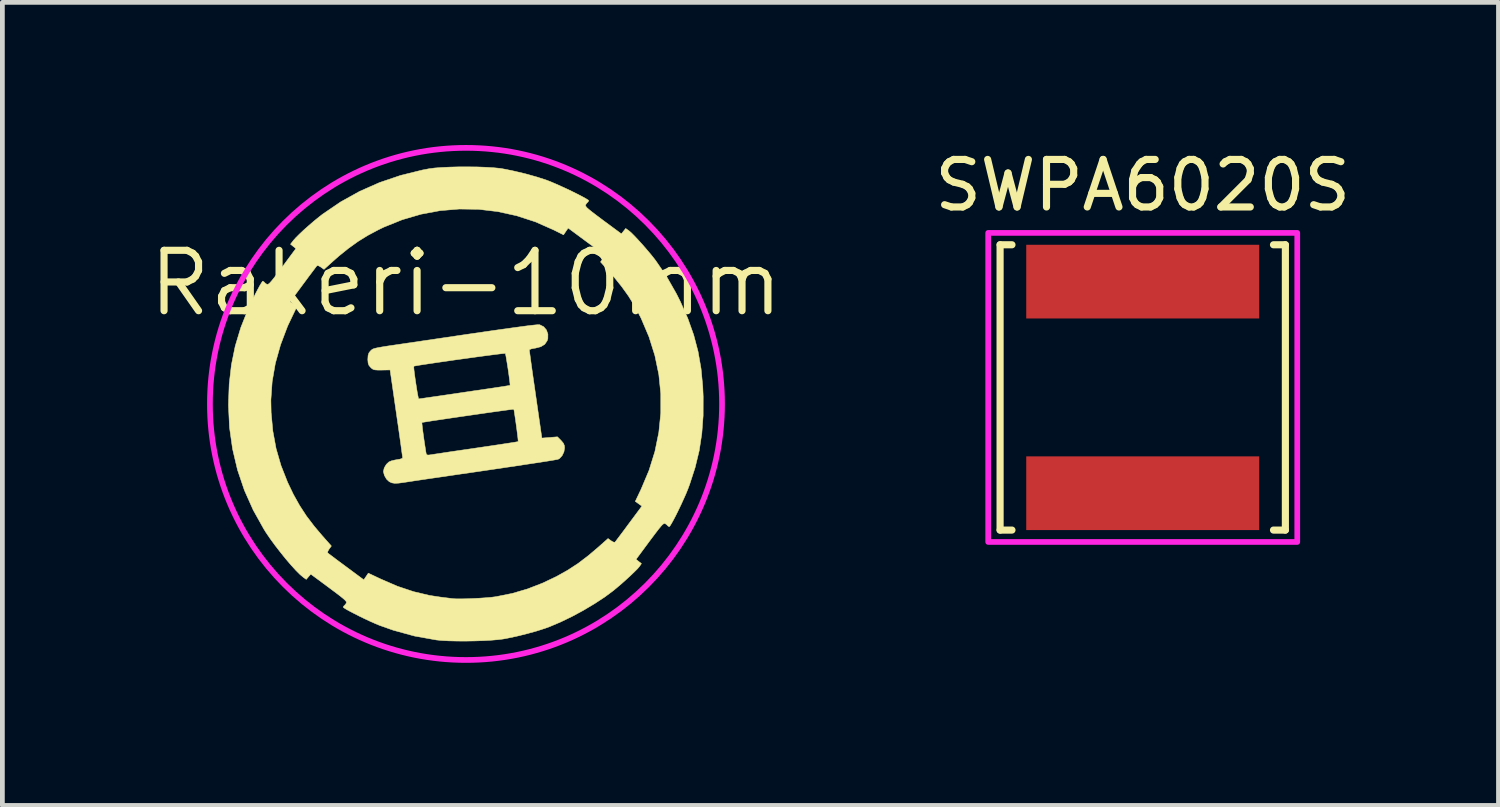
<source format=kicad_pcb>
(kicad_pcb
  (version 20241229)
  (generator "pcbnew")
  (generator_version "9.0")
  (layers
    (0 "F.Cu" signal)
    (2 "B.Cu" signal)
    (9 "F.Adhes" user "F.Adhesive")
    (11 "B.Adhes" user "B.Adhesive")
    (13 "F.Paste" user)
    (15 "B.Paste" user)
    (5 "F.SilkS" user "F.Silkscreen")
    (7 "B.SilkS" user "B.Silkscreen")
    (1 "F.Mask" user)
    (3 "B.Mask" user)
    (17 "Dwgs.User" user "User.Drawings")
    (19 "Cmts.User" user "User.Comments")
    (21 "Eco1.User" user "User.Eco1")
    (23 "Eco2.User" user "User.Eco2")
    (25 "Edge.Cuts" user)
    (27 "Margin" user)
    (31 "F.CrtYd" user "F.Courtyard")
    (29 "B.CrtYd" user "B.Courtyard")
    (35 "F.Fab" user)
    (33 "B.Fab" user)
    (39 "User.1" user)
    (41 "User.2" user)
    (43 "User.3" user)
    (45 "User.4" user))
  (footprint "SWPA6020S"
    (layer "F.Cu")
    (at 20.983 5.098)
    (property "Reference" "SWPA6020S" (at 0 -4.25 0) (unlocked yes) (layer "F.SilkS") (effects (font (size 1 1) (thickness 0.15))))
    (attr smd)
    (fp_line (start -3 -3) (end -3 3) (stroke (width 0.15) (type solid)) (layer "F.SilkS"))
    (fp_line (start -3 -3) (end -2.75 -3) (stroke (width 0.15) (type solid)) (layer "F.SilkS"))
    (fp_line (start -3 3) (end -2.75 3) (stroke (width 0.15) (type solid)) (layer "F.SilkS"))
    (fp_line (start 3 -3) (end 2.75 -3) (stroke (width 0.15) (type solid)) (layer "F.SilkS"))
    (fp_line (start 3 3) (end 2.75 3) (stroke (width 0.15) (type solid)) (layer "F.SilkS"))
    (fp_line (start 3 3) (end 3 -3) (stroke (width 0.15) (type solid)) (layer "F.SilkS"))
    (fp_rect (start -3.25 -3.25) (end 3.25 3.25) (stroke (width 0.12) (type solid)) (fill no) (layer "F.CrtYd"))
    (pad "1" smd rect (at 0 -2.225) (size 4.9 1.55) (layers "F.Cu" "F.Mask" "F.Paste"))
    (pad "2" smd rect (at 0 2.225) (size 4.9 1.55) (layers "F.Cu" "F.Mask" "F.Paste")))
  (footprint "Rakeri-10mm"
    (layer "F.Cu")
    (at 6.75 5.445)
    (property "Reference" "Rakeri-10mm" (at 0 -2.54 0) (layer "F.SilkS") (effects (font (size 1.27 1.27) (thickness 0.15))))
    (attr through_hole)
    (fp_poly (pts (xy 1.547 -1.665) (xy 1.553 -1.664) (xy 1.634 -1.624) (xy 1.692 -1.556) (xy 1.723 -1.469) (xy 1.722 -1.375) (xy 1.707 -1.328) (xy 1.657 -1.254) (xy 1.574 -1.203) (xy 1.458 -1.173) (xy 1.438 -1.171) (xy 1.378 -1.159) (xy 1.34 -1.144) (xy 1.333 -1.135) (xy 1.335 -1.109) (xy 1.344 -1.047) (xy 1.357 -0.951) (xy 1.374 -0.826) (xy 1.395 -0.677) (xy 1.419 -0.508) (xy 1.446 -0.324) (xy 1.464 -0.197) (xy 1.596 0.718) (xy 1.76 0.705) (xy 1.924 0.692) (xy 1.999 0.767) (xy 2.048 0.825) (xy 2.07 0.877) (xy 2.074 0.924) (xy 2.06 1.009) (xy 2.022 1.088) (xy 1.968 1.147) (xy 1.937 1.164) (xy 1.908 1.17) (xy 1.841 1.182) (xy 1.738 1.199) (xy 1.604 1.22) (xy 1.441 1.245) (xy 1.254 1.273) (xy 1.046 1.305) (xy 0.819 1.338) (xy 0.579 1.374) (xy 0.355 1.407) (xy 0.102 1.444) (xy -0.142 1.479) (xy -0.372 1.513) (xy -0.585 1.544) (xy -0.778 1.572) (xy -0.947 1.597) (xy -1.088 1.618) (xy -1.197 1.635) (xy -1.271 1.646) (xy -1.303 1.651) (xy -1.416 1.666) (xy -1.497 1.67) (xy -1.559 1.66) (xy -1.61 1.637) (xy -1.614 1.635) (xy -1.672 1.58) (xy -1.716 1.503) (xy -1.736 1.425) (xy -1.736 1.419) (xy -1.719 1.345) (xy -1.675 1.271) (xy -1.622 1.221) (xy -1.57 1.198) (xy -1.497 1.18) (xy -1.451 1.172) (xy -1.387 1.161) (xy -1.344 1.146) (xy -1.333 1.135) (xy -1.335 1.11) (xy -1.344 1.047) (xy -1.357 0.951) (xy -1.374 0.826) (xy -1.395 0.677) (xy -1.419 0.508) (xy -1.436 0.391) (xy -0.927 0.391) (xy -0.926 0.413) (xy -0.92 0.468) (xy -0.911 0.547) (xy -0.898 0.642) (xy -0.884 0.744) (xy -0.869 0.845) (xy -0.855 0.935) (xy -0.844 1.006) (xy -0.836 1.049) (xy -0.834 1.056) (xy -0.807 1.076) (xy -0.767 1.073) (xy -0.734 1.068) (xy -0.664 1.057) (xy -0.561 1.042) (xy -0.431 1.022) (xy -0.277 0.999) (xy -0.105 0.974) (xy 0.082 0.947) (xy 0.191 0.931) (xy 0.38 0.903) (xy 0.557 0.877) (xy 0.716 0.853) (xy 0.853 0.832) (xy 0.964 0.815) (xy 1.044 0.802) (xy 1.089 0.794) (xy 1.098 0.792) (xy 1.097 0.771) (xy 1.092 0.716) (xy 1.082 0.636) (xy 1.07 0.541) (xy 1.056 0.438) (xy 1.042 0.336) (xy 1.028 0.244) (xy 1.017 0.17) (xy 1.009 0.123) (xy 1.005 0.111) (xy 0.984 0.113) (xy 0.926 0.12) (xy 0.837 0.132) (xy 0.721 0.148) (xy 0.583 0.167) (xy 0.428 0.189) (xy 0.262 0.213) (xy 0.089 0.238) (xy -0.085 0.263) (xy -0.255 0.288) (xy -0.417 0.312) (xy -0.565 0.334) (xy -0.695 0.353) (xy -0.8 0.37) (xy -0.877 0.382) (xy -0.92 0.389) (xy -0.927 0.391) (xy -1.436 0.391) (xy -1.446 0.324) (xy -1.464 0.198) (xy -1.596 -0.715) (xy -1.771 -0.712) (xy -1.858 -0.712) (xy -1.915 -0.716) (xy -1.953 -0.727) (xy -1.984 -0.748) (xy -2.005 -0.768) (xy -2.006 -0.77) (xy -1.098 -0.77) (xy -1.093 -0.714) (xy -1.083 -0.634) (xy -1.07 -0.539) (xy -1.055 -0.436) (xy -1.039 -0.334) (xy -1.024 -0.241) (xy -1.01 -0.167) (xy -1 -0.119) (xy -0.995 -0.106) (xy -0.971 -0.109) (xy -0.912 -0.117) (xy -0.824 -0.13) (xy -0.713 -0.146) (xy -0.587 -0.164) (xy -0.56 -0.168) (xy -0.41 -0.19) (xy -0.231 -0.216) (xy -0.037 -0.245) (xy 0.158 -0.274) (xy 0.341 -0.3) (xy 0.392 -0.308) (xy 0.536 -0.329) (xy 0.666 -0.349) (xy 0.775 -0.365) (xy 0.859 -0.379) (xy 0.912 -0.388) (xy 0.927 -0.391) (xy 0.927 -0.413) (xy 0.921 -0.469) (xy 0.911 -0.549) (xy 0.898 -0.644) (xy 0.883 -0.747) (xy 0.867 -0.848) (xy 0.852 -0.938) (xy 0.84 -1.01) (xy 0.83 -1.054) (xy 0.827 -1.063) (xy 0.805 -1.062) (xy 0.746 -1.056) (xy 0.656 -1.045) (xy 0.538 -1.03) (xy 0.4 -1.012) (xy 0.244 -0.991) (xy 0.078 -0.968) (xy -0.095 -0.944) (xy -0.269 -0.92) (xy -0.439 -0.895) (xy -0.6 -0.872) (xy -0.747 -0.85) (xy -0.875 -0.831) (xy -0.979 -0.815) (xy -1.053 -0.802) (xy -1.093 -0.794) (xy -1.098 -0.792) (xy -1.098 -0.77) (xy -2.006 -0.77) (xy -2.041 -0.811) (xy -2.058 -0.858) (xy -2.064 -0.926) (xy -2.064 -0.941) (xy -2.059 -1.018) (xy -2.042 -1.071) (xy -2.014 -1.108) (xy -1.998 -1.125) (xy -1.982 -1.139) (xy -1.963 -1.152) (xy -1.935 -1.163) (xy -1.894 -1.174) (xy -1.836 -1.186) (xy -1.756 -1.2) (xy -1.65 -1.217) (xy -1.514 -1.237) (xy -1.343 -1.262) (xy -1.235 -1.278) (xy -0.834 -1.337) (xy -0.474 -1.39) (xy -0.151 -1.438) (xy 0.136 -1.48) (xy 0.39 -1.517) (xy 0.612 -1.549) (xy 0.804 -1.576) (xy 0.969 -1.599) (xy 1.108 -1.618) (xy 1.225 -1.634) (xy 1.319 -1.646) (xy 1.395 -1.655) (xy 1.454 -1.661) (xy 1.497 -1.665) (xy 1.527 -1.666) (xy 1.547 -1.665)) (stroke (width 0.01) (type solid)) (fill yes) (layer "F.SilkS"))
    (fp_poly (pts (xy 0.243 -4.984) (xy 0.425 -4.977) (xy 0.586 -4.967) (xy 0.719 -4.954) (xy 0.773 -4.945) (xy 1.011 -4.897) (xy 1.254 -4.839) (xy 1.486 -4.774) (xy 1.691 -4.708) (xy 1.696 -4.706) (xy 1.779 -4.674) (xy 1.879 -4.631) (xy 1.992 -4.581) (xy 2.11 -4.527) (xy 2.227 -4.471) (xy 2.338 -4.416) (xy 2.435 -4.366) (xy 2.512 -4.324) (xy 2.563 -4.293) (xy 2.582 -4.276) (xy 2.582 -4.276) (xy 2.567 -4.248) (xy 2.561 -4.244) (xy 2.535 -4.216) (xy 2.518 -4.19) (xy 2.514 -4.174) (xy 2.521 -4.156) (xy 2.541 -4.13) (xy 2.58 -4.095) (xy 2.64 -4.046) (xy 2.726 -3.98) (xy 2.842 -3.893) (xy 2.882 -3.863) (xy 3.269 -3.577) (xy 3.314 -3.634) (xy 3.359 -3.69) (xy 3.426 -3.643) (xy 3.473 -3.603) (xy 3.54 -3.536) (xy 3.621 -3.45) (xy 3.711 -3.351) (xy 3.802 -3.246) (xy 3.89 -3.142) (xy 3.967 -3.045) (xy 3.99 -3.015) (xy 4.218 -2.682) (xy 4.428 -2.313) (xy 4.509 -2.151) (xy 4.666 -1.797) (xy 4.789 -1.451) (xy 4.881 -1.102) (xy 4.944 -0.742) (xy 4.98 -0.361) (xy 4.989 -0.154) (xy 4.988 0.247) (xy 4.96 0.623) (xy 4.905 0.984) (xy 4.819 1.338) (xy 4.703 1.695) (xy 4.667 1.791) (xy 4.628 1.887) (xy 4.58 1.995) (xy 4.527 2.111) (xy 4.472 2.226) (xy 4.418 2.336) (xy 4.368 2.432) (xy 4.325 2.51) (xy 4.293 2.562) (xy 4.275 2.582) (xy 4.274 2.582) (xy 4.248 2.567) (xy 4.244 2.561) (xy 4.216 2.535) (xy 4.19 2.518) (xy 4.174 2.514) (xy 4.156 2.521) (xy 4.13 2.541) (xy 4.095 2.58) (xy 4.046 2.64) (xy 3.98 2.726) (xy 3.893 2.842) (xy 3.863 2.882) (xy 3.577 3.269) (xy 3.69 3.359) (xy 3.646 3.421) (xy 3.61 3.464) (xy 3.547 3.527) (xy 3.465 3.606) (xy 3.371 3.692) (xy 3.272 3.781) (xy 3.173 3.865) (xy 3.101 3.925) (xy 2.917 4.062) (xy 2.703 4.202) (xy 2.47 4.341) (xy 2.229 4.471) (xy 1.989 4.587) (xy 1.763 4.683) (xy 1.662 4.72) (xy 1.484 4.777) (xy 1.281 4.833) (xy 1.071 4.885) (xy 0.869 4.928) (xy 0.783 4.944) (xy 0.671 4.958) (xy 0.526 4.97) (xy 0.357 4.979) (xy 0.174 4.985) (xy -0.014 4.988) (xy -0.197 4.987) (xy -0.367 4.983) (xy -0.513 4.975) (xy -0.624 4.964) (xy -1.086 4.881) (xy -1.533 4.758) (xy -1.821 4.656) (xy -1.909 4.619) (xy -2.011 4.574) (xy -2.122 4.522) (xy -2.234 4.468) (xy -2.34 4.414) (xy -2.435 4.365) (xy -2.512 4.323) (xy -2.563 4.291) (xy -2.582 4.273) (xy -2.582 4.273) (xy -2.567 4.248) (xy -2.561 4.244) (xy -2.535 4.216) (xy -2.518 4.19) (xy -2.514 4.174) (xy -2.52 4.155) (xy -2.541 4.13) (xy -2.579 4.095) (xy -2.639 4.046) (xy -2.725 3.98) (xy -2.84 3.894) (xy -2.88 3.864) (xy -3.264 3.58) (xy -3.312 3.635) (xy -3.359 3.69) (xy -3.421 3.646) (xy -3.49 3.588) (xy -3.577 3.501) (xy -3.678 3.39) (xy -3.787 3.263) (xy -3.899 3.124) (xy -4.01 2.981) (xy -4.114 2.839) (xy -4.206 2.704) (xy -4.248 2.637) (xy -4.474 2.233) (xy -4.66 1.816) (xy -4.805 1.387) (xy -4.909 0.946) (xy -4.973 0.495) (xy -4.995 0.035) (xy -4.995 0.015) (xy -4.992 -0.084) (xy -4.103 -0.084) (xy -4.098 0.18) (xy -4.062 0.569) (xy -3.994 0.937) (xy -3.891 1.294) (xy -3.752 1.647) (xy -3.629 1.904) (xy -3.499 2.136) (xy -3.356 2.356) (xy -3.19 2.574) (xy -3.025 2.769) (xy -2.831 2.988) (xy -2.878 3.052) (xy -2.904 3.097) (xy -2.91 3.129) (xy -2.907 3.133) (xy -2.886 3.151) (xy -2.835 3.189) (xy -2.761 3.245) (xy -2.668 3.315) (xy -2.562 3.393) (xy -2.519 3.425) (xy -2.149 3.699) (xy -2.101 3.629) (xy -2.054 3.559) (xy -1.794 3.682) (xy -1.443 3.834) (xy -1.102 3.948) (xy -0.763 4.028) (xy -0.54 4.062) (xy -0.446 4.074) (xy -0.362 4.084) (xy -0.3 4.092) (xy -0.286 4.094) (xy -0.219 4.099) (xy -0.12 4.1) (xy 0.002 4.098) (xy 0.138 4.093) (xy 0.277 4.086) (xy 0.411 4.077) (xy 0.529 4.067) (xy 0.622 4.055) (xy 0.635 4.053) (xy 0.974 3.985) (xy 1.294 3.891) (xy 1.609 3.769) (xy 1.904 3.629) (xy 2.136 3.499) (xy 2.356 3.356) (xy 2.574 3.19) (xy 2.769 3.025) (xy 2.988 2.831) (xy 3.052 2.878) (xy 3.097 2.904) (xy 3.129 2.91) (xy 3.133 2.907) (xy 3.151 2.886) (xy 3.189 2.835) (xy 3.245 2.761) (xy 3.315 2.668) (xy 3.393 2.562) (xy 3.425 2.519) (xy 3.7 2.149) (xy 3.561 2.05) (xy 3.685 1.789) (xy 3.85 1.397) (xy 3.974 0.999) (xy 4.056 0.597) (xy 4.097 0.192) (xy 4.097 -0.213) (xy 4.056 -0.617) (xy 3.973 -1.017) (xy 3.849 -1.411) (xy 3.685 -1.797) (xy 3.662 -1.843) (xy 3.544 -2.065) (xy 3.417 -2.27) (xy 3.274 -2.469) (xy 3.109 -2.674) (xy 2.988 -2.811) (xy 2.83 -2.986) (xy 2.877 -3.051) (xy 2.904 -3.097) (xy 2.91 -3.129) (xy 2.907 -3.133) (xy 2.886 -3.151) (xy 2.835 -3.189) (xy 2.761 -3.245) (xy 2.668 -3.315) (xy 2.562 -3.393) (xy 2.519 -3.425) (xy 2.149 -3.699) (xy 2.1 -3.628) (xy 2.052 -3.556) (xy 1.846 -3.659) (xy 1.462 -3.829) (xy 1.069 -3.957) (xy 0.669 -4.045) (xy 0.265 -4.093) (xy -0.14 -4.099) (xy -0.544 -4.065) (xy -0.945 -3.99) (xy -1.341 -3.874) (xy -1.728 -3.718) (xy -1.843 -3.662) (xy -2.065 -3.544) (xy -2.27 -3.417) (xy -2.469 -3.274) (xy -2.674 -3.109) (xy -2.811 -2.988) (xy -2.986 -2.83) (xy -3.051 -2.877) (xy -3.097 -2.904) (xy -3.129 -2.91) (xy -3.133 -2.907) (xy -3.151 -2.886) (xy -3.189 -2.835) (xy -3.245 -2.761) (xy -3.315 -2.668) (xy -3.393 -2.562) (xy -3.425 -2.519) (xy -3.699 -2.149) (xy -3.626 -2.099) (xy -3.583 -2.066) (xy -3.561 -2.041) (xy -3.561 -2.036) (xy -3.751 -1.637) (xy -3.9 -1.243) (xy -4.009 -0.855) (xy -4.076 -0.469) (xy -4.103 -0.084) (xy -4.992 -0.084) (xy -4.98 -0.415) (xy -4.933 -0.823) (xy -4.853 -1.216) (xy -4.737 -1.602) (xy -4.585 -1.987) (xy -4.43 -2.312) (xy -4.379 -2.409) (xy -4.335 -2.49) (xy -4.299 -2.549) (xy -4.278 -2.58) (xy -4.274 -2.582) (xy -4.248 -2.567) (xy -4.244 -2.561) (xy -4.216 -2.535) (xy -4.19 -2.518) (xy -4.174 -2.514) (xy -4.156 -2.52) (xy -4.13 -2.541) (xy -4.095 -2.579) (xy -4.046 -2.639) (xy -3.98 -2.724) (xy -3.894 -2.839) (xy -3.863 -2.882) (xy -3.577 -3.268) (xy -3.633 -3.313) (xy -3.69 -3.359) (xy -3.63 -3.438) (xy -3.581 -3.493) (xy -3.506 -3.568) (xy -3.413 -3.656) (xy -3.307 -3.75) (xy -3.197 -3.845) (xy -3.089 -3.933) (xy -3.013 -3.992) (xy -2.637 -4.248) (xy -2.238 -4.47) (xy -1.817 -4.656) (xy -1.375 -4.806) (xy -0.915 -4.92) (xy -0.773 -4.947) (xy -0.656 -4.962) (xy -0.507 -4.973) (xy -0.334 -4.981) (xy -0.145 -4.986) (xy 0.05 -4.986) (xy 0.243 -4.984)) (stroke (width 0.01) (type solid)) (fill yes) (layer "F.SilkS"))
    (fp_circle (center 0 0) (end 5 -2) (stroke (width 0.12) (type solid)) (fill no) (layer "F.CrtYd")))
  (gr_rect
    (start -3 -3)
    (end 28.465 13.89)
    (stroke (width 0.1) (type default))
    (fill no)
    (layer "Edge.Cuts")))
</source>
